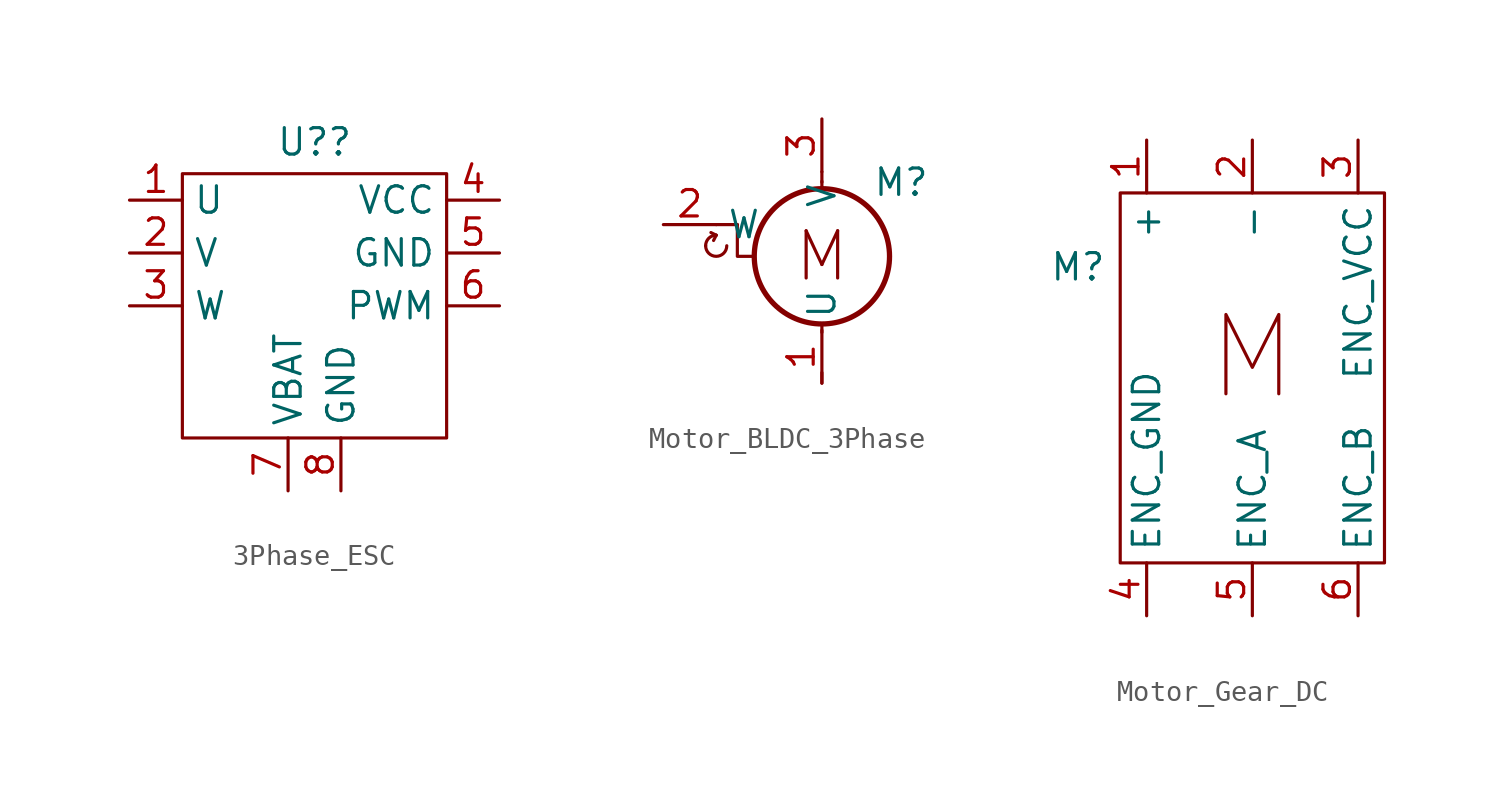
<source format=kicad_sym>
(kicad_symbol_lib
  (version 20241209)
  (generator "kicad_symbol_editor")
  (generator_version "9.0")
  (symbol "3Phase_ESC"
    (property "Reference" "U?"
      (at 0 5.334 0)
      (effects (font (size 1.27 1.27))))
    (property "Value" ""
      (at 0 0 0)
      (effects (font (size 1.27 1.27))))
    (symbol "3Phase_ESC_0_1"
      (rectangle (start -6.35 3.81) (end 6.35 -8.89) (stroke (width 0) (type default)) (fill (type none))))
    (symbol "3Phase_ESC_1_1"
      (pin passive line (at -8.89 2.54 0) (length 2.54) (name "U" (effects (font (size 1.27 1.27)))) (number "1" (effects (font (size 1.27 1.27)))))
      (pin passive line (at -8.89 0 0) (length 2.54) (name "V" (effects (font (size 1.27 1.27)))) (number "2" (effects (font (size 1.27 1.27)))))
      (pin passive line (at -8.89 -2.54 0) (length 2.54) (name "W" (effects (font (size 1.27 1.27)))) (number "3" (effects (font (size 1.27 1.27)))))
      (pin power_in line (at -1.27 -11.43 90) (length 2.54) (name "VBAT" (effects (font (size 1.27 1.27)))) (number "7" (effects (font (size 1.27 1.27)))))
      (pin power_in line (at 1.27 -11.43 90) (length 2.54) (name "GND" (effects (font (size 1.27 1.27)))) (number "8" (effects (font (size 1.27 1.27)))))
      (pin power_out line (at 8.89 2.54 180) (length 2.54) (name "VCC" (effects (font (size 1.27 1.27)))) (number "4" (effects (font (size 1.27 1.27)))))
      (pin power_in line (at 8.89 0 180) (length 2.54) (name "GND" (effects (font (size 1.27 1.27)))) (number "5" (effects (font (size 1.27 1.27)))))
      (pin input line (at 8.89 -2.54 180) (length 2.54) (name "PWM" (effects (font (size 1.27 1.27)))) (number "6" (effects (font (size 1.27 1.27)))))))
  (symbol "Motor_BLDC_3Phase"
    (property "Reference" "M"
      (at 3.81 3.302 0)
      (effects (font (size 1.27 1.27))))
    (property "Value" ""
      (at 0 0 0)
      (effects (font (size 1.27 1.27))))
    (symbol "Motor_BLDC_3Phase_0_0"
      (polyline (pts (xy -5.08 0.762) (xy -5.334 0.889)) (stroke (width 0) (type default)) (fill (type none)))
      (polyline (pts (xy -5.08 0.762) (xy -5.207 0.508)) (stroke (width 0) (type default)) (fill (type none)))
      (arc (start -4.572 0.254) (mid -5.08 -0.2518) (end -5.588 0.254) (stroke (width 0) (type default)) (fill (type none)))
      (arc (start -5.588 0.254) (mid -5.4392 0.6132) (end -5.08 0.762) (stroke (width 0) (type default)) (fill (type none)))
      (polyline (pts (xy -4.064 1.27) (xy -4.064 -0.254) (xy -3.302 -0.254)) (stroke (width 0) (type default)) (fill (type none))))
    (symbol "Motor_BLDC_3Phase_0_1"
      (polyline (pts (xy -4.064 1.27) (xy -5.08 1.27)) (stroke (width 0) (type default)) (fill (type none)))
      (polyline (pts (xy 0 3.302) (xy 0 3.81)) (stroke (width 0) (type default)) (fill (type none)))
      (polyline (pts (xy 0 2.997) (xy 0 3.353)) (stroke (width 0) (type default)) (fill (type none)))
      (circle (center 0 -0.254) (radius 3.251) (stroke (width 0.254) (type default)) (fill (type none)))
      (polyline (pts (xy 0 -3.505) (xy 0 -3.912)) (stroke (width 0) (type default)) (fill (type none)))
      (polyline (pts (xy 0 -6.35) (xy 0 -5.842)) (stroke (width 0) (type default)) (fill (type none))))
    (symbol "Motor_BLDC_3Phase_1_1"
      (text "M\n" (at 0 -0.254 0) (effects (font (size 2.27 2.27))))
      (pin power_in line (at -7.62 1.27 0) (length 2.54) (name "W" (effects (font (size 1.27 1.27)))) (number "2" (effects (font (size 1.27 1.27)))))
      (pin power_in line (at 0 6.35 270) (length 2.54) (name "V" (effects (font (size 1.27 1.27)))) (number "3" (effects (font (size 1.27 1.27)))))
      (pin power_in line (at 0 -6.35 90) (length 2.54) (name "U" (effects (font (size 1.27 1.27)))) (number "1" (effects (font (size 1.27 1.27)))))))
  (symbol "Motor_Gear_DC"
    (property "Reference" "M"
      (at -9.652 -3.556 0)
      (effects (font (size 1.27 1.27))))
    (property "Value" ""
      (at 0 0 0)
      (effects (font (size 1.27 1.27))))
    (symbol "Motor_Gear_DC_0_0"
      (polyline (pts (xy -2.54 -9.652) (xy -2.54 -5.842) (xy -1.27 -8.382) (xy 0 -5.842) (xy 0 -9.652)) (stroke (width 0) (type default)) (fill (type none))))
    (symbol "Motor_Gear_DC_0_1"
      (rectangle (start -7.62 0) (end 5.08 -17.78) (stroke (width 0) (type default)) (fill (type none))))
    (symbol "Motor_Gear_DC_1_1"
      (pin power_in line (at -6.35 2.54 270) (length 2.54) (name "+" (effects (font (size 1.27 1.27)))) (number "1" (effects (font (size 1.27 1.27)))))
      (pin power_in line (at -6.35 -20.32 90) (length 2.54) (name "ENC_GND" (effects (font (size 1.27 1.27)))) (number "4" (effects (font (size 1.27 1.27)))))
      (pin power_in line (at -1.27 2.54 270) (length 2.54) (name "-" (effects (font (size 1.27 1.27)))) (number "2" (effects (font (size 1.27 1.27)))))
      (pin output line (at -1.27 -20.32 90) (length 2.54) (name "ENC_A" (effects (font (size 1.27 1.27)))) (number "5" (effects (font (size 1.27 1.27)))))
      (pin power_in line (at 3.81 2.54 270) (length 2.54) (name "ENC_VCC" (effects (font (size 1.27 1.27)))) (number "3" (effects (font (size 1.27 1.27)))))
      (pin output line (at 3.81 -20.32 90) (length 2.54) (name "ENC_B" (effects (font (size 1.27 1.27)))) (number "6" (effects (font (size 1.27 1.27))))))))
</source>
